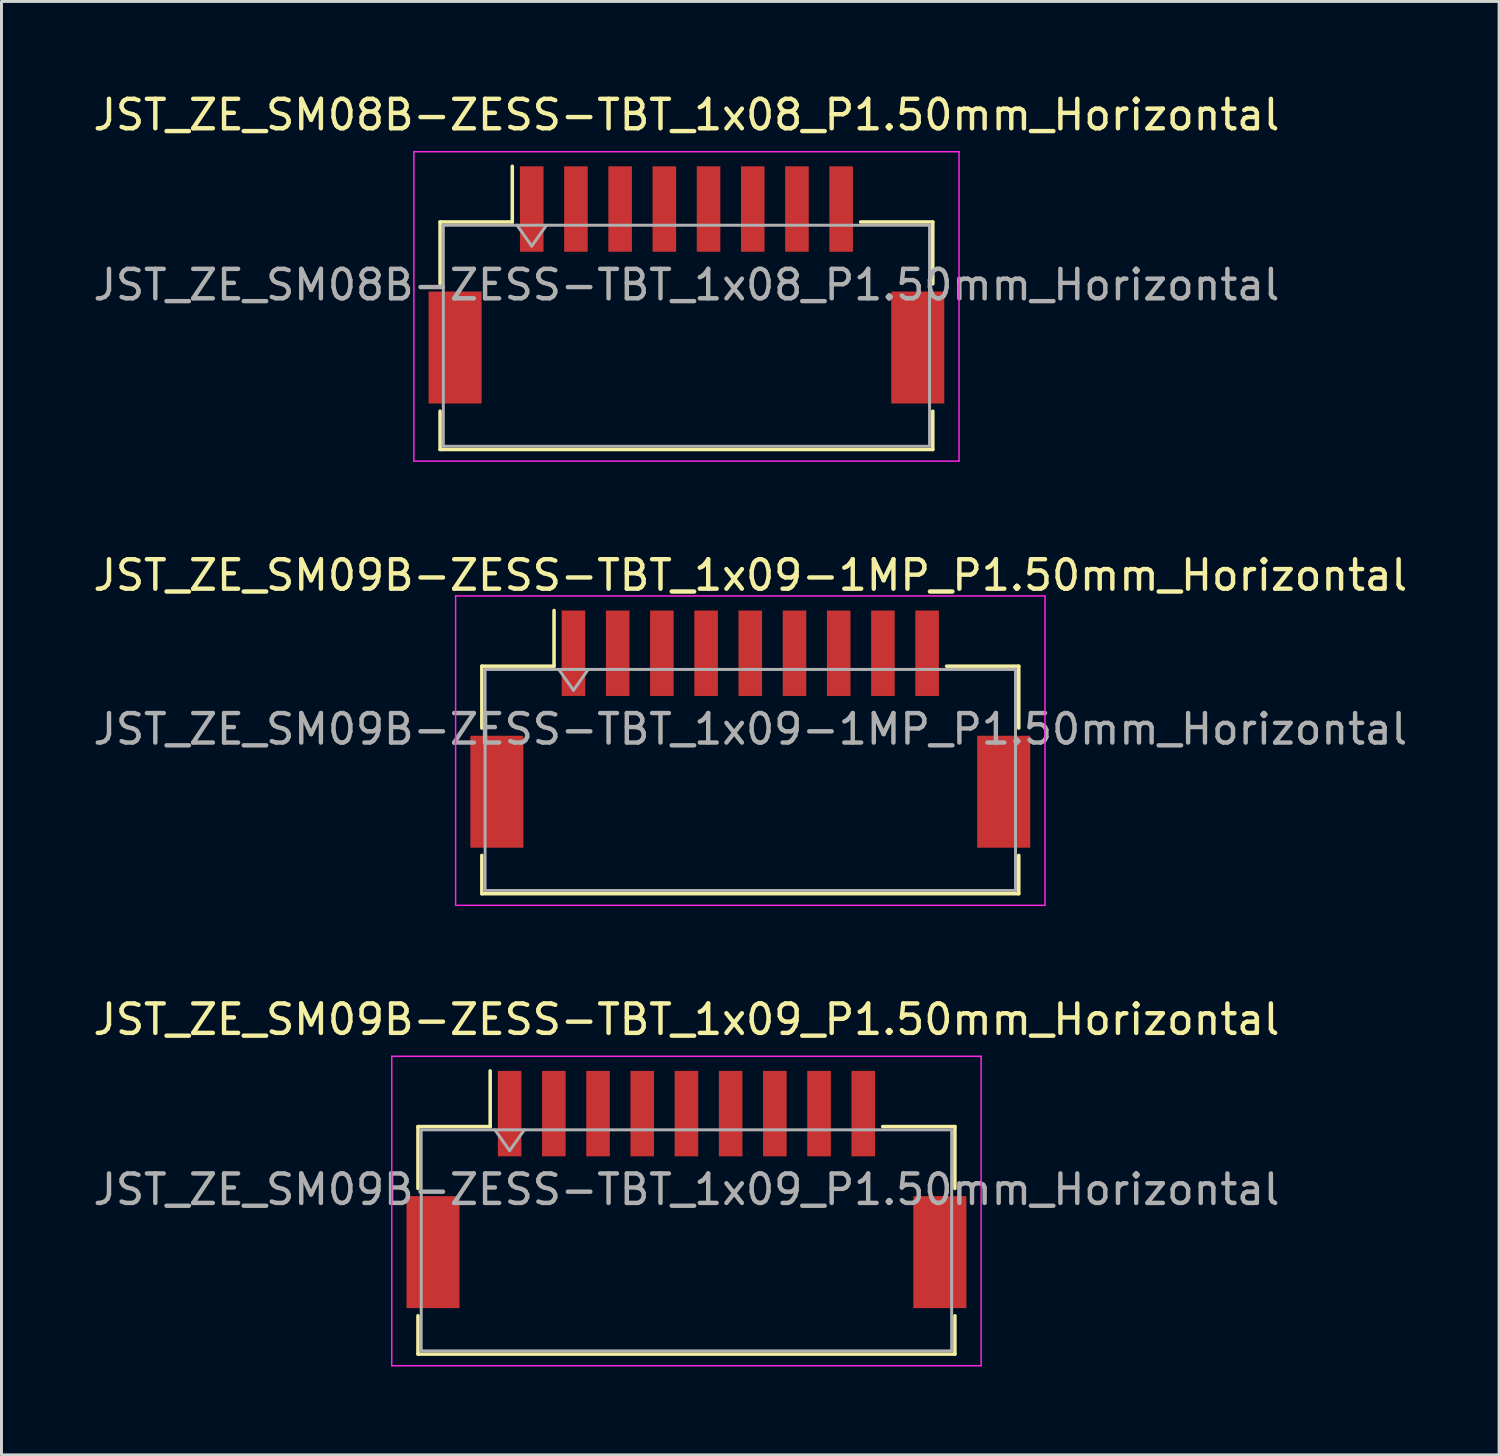
<source format=kicad_pcb>
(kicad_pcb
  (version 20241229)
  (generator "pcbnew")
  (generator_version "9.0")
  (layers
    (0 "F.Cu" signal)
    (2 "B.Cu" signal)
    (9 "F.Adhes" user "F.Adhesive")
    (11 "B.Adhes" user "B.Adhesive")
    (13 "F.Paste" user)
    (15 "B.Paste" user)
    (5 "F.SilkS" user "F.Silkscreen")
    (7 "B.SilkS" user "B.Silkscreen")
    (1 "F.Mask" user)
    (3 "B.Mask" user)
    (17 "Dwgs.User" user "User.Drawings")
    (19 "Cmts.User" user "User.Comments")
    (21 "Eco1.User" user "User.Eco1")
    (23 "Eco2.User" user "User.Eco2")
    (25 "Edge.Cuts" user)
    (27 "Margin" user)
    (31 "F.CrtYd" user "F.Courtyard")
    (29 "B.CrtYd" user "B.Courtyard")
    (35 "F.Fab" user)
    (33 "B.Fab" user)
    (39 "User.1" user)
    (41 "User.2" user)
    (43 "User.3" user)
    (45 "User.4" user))
  (footprint "JST_ZE_SM08B-ZESS-TBT_1x08_P1.50mm_Horizontal"
    (layer "F.Cu")
    (at 20.244 6.618)
    (property "Reference" "JST_ZE_SM08B-ZESS-TBT_1x08_P1.50mm_Horizontal" (at 0 -5.77 0) (layer "F.SilkS") (effects (font (size 1 1) (thickness 0.15))))
    (attr smd)
    (fp_line (start -8.36 -2.135) (end -5.91 -2.135) (stroke (width 0.12) (type solid)) (layer "F.SilkS"))
    (fp_line (start -8.36 -0.035) (end -8.36 -2.135) (stroke (width 0.12) (type solid)) (layer "F.SilkS"))
    (fp_line (start -8.36 4.285) (end -8.36 5.585) (stroke (width 0.12) (type solid)) (layer "F.SilkS"))
    (fp_line (start -8.36 5.585) (end 8.36 5.585) (stroke (width 0.12) (type solid)) (layer "F.SilkS"))
    (fp_line (start -5.91 -2.135) (end -5.91 -4.025) (stroke (width 0.12) (type solid)) (layer "F.SilkS"))
    (fp_line (start 8.36 -2.135) (end 5.91 -2.135) (stroke (width 0.12) (type solid)) (layer "F.SilkS"))
    (fp_line (start 8.36 -0.035) (end 8.36 -2.135) (stroke (width 0.12) (type solid)) (layer "F.SilkS"))
    (fp_line (start 8.36 5.585) (end 8.36 4.285) (stroke (width 0.12) (type solid)) (layer "F.SilkS"))
    (fp_line (start -9.25 -4.52) (end -9.25 5.98) (stroke (width 0.05) (type solid)) (layer "F.CrtYd"))
    (fp_line (start -9.25 5.98) (end 9.25 5.98) (stroke (width 0.05) (type solid)) (layer "F.CrtYd"))
    (fp_line (start 9.25 -4.52) (end -9.25 -4.52) (stroke (width 0.05) (type solid)) (layer "F.CrtYd"))
    (fp_line (start 9.25 5.98) (end 9.25 -4.52) (stroke (width 0.05) (type solid)) (layer "F.CrtYd"))
    (fp_line (start -8.25 -2.025) (end -8.25 5.475) (stroke (width 0.1) (type solid)) (layer "F.Fab"))
    (fp_line (start -8.25 -2.025) (end 8.25 -2.025) (stroke (width 0.1) (type solid)) (layer "F.Fab"))
    (fp_line (start -8.25 5.475) (end 8.25 5.475) (stroke (width 0.1) (type solid)) (layer "F.Fab"))
    (fp_line (start -5.75 -2.025) (end -5.25 -1.318) (stroke (width 0.1) (type solid)) (layer "F.Fab"))
    (fp_line (start -5.25 -1.318) (end -4.75 -2.025) (stroke (width 0.1) (type solid)) (layer "F.Fab"))
    (fp_line (start 8.25 -2.025) (end 8.25 5.475) (stroke (width 0.1) (type solid)) (layer "F.Fab"))
    (fp_text user "${REFERENCE}" (at 0 0 0) (layer "F.Fab") (effects (font (size 1 1) (thickness 0.15))))
    (pad "" smd rect (at -7.85 2.125) (size 1.8 3.8) (layers "F.Cu" "F.Mask" "F.Paste"))
    (pad "" smd rect (at 7.85 2.125) (size 1.8 3.8) (layers "F.Cu" "F.Mask" "F.Paste"))
    (pad "1" smd rect (at -5.25 -2.575) (size 0.8 2.9) (layers "F.Cu" "F.Mask" "F.Paste"))
    (pad "2" smd rect (at -3.75 -2.575) (size 0.8 2.9) (layers "F.Cu" "F.Mask" "F.Paste"))
    (pad "3" smd rect (at -2.25 -2.575) (size 0.8 2.9) (layers "F.Cu" "F.Mask" "F.Paste"))
    (pad "4" smd rect (at -0.75 -2.575) (size 0.8 2.9) (layers "F.Cu" "F.Mask" "F.Paste"))
    (pad "5" smd rect (at 0.75 -2.575) (size 0.8 2.9) (layers "F.Cu" "F.Mask" "F.Paste"))
    (pad "6" smd rect (at 2.25 -2.575) (size 0.8 2.9) (layers "F.Cu" "F.Mask" "F.Paste"))
    (pad "7" smd rect (at 3.75 -2.575) (size 0.8 2.9) (layers "F.Cu" "F.Mask" "F.Paste"))
    (pad "8" smd rect (at 5.25 -2.575) (size 0.8 2.9) (layers "F.Cu" "F.Mask" "F.Paste")))
  (footprint "JST_ZE_SM09B-ZESS-TBT_1x09-1MP_P1.50mm_Horizontal"
    (layer "F.Cu")
    (at 22.411 21.692)
    (property "Reference" "JST_ZE_SM09B-ZESS-TBT_1x09-1MP_P1.50mm_Horizontal" (at 0 -5.22 0) (layer "F.SilkS") (effects (font (size 1 1) (thickness 0.15))))
    (attr smd)
    (fp_line (start -9.11 -2.135) (end -6.66 -2.135) (stroke (width 0.12) (type solid)) (layer "F.SilkS"))
    (fp_line (start -9.11 -0.035) (end -9.11 -2.135) (stroke (width 0.12) (type solid)) (layer "F.SilkS"))
    (fp_line (start -9.11 4.285) (end -9.11 5.585) (stroke (width 0.12) (type solid)) (layer "F.SilkS"))
    (fp_line (start -9.11 5.585) (end 9.11 5.585) (stroke (width 0.12) (type solid)) (layer "F.SilkS"))
    (fp_line (start -6.66 -2.135) (end -6.66 -4.025) (stroke (width 0.12) (type solid)) (layer "F.SilkS"))
    (fp_line (start 9.11 -2.135) (end 6.66 -2.135) (stroke (width 0.12) (type solid)) (layer "F.SilkS"))
    (fp_line (start 9.11 -0.035) (end 9.11 -2.135) (stroke (width 0.12) (type solid)) (layer "F.SilkS"))
    (fp_line (start 9.11 5.585) (end 9.11 4.285) (stroke (width 0.12) (type solid)) (layer "F.SilkS"))
    (fp_line (start -10 -4.52) (end -10 5.98) (stroke (width 0.05) (type solid)) (layer "F.CrtYd"))
    (fp_line (start -10 5.98) (end 10 5.98) (stroke (width 0.05) (type solid)) (layer "F.CrtYd"))
    (fp_line (start 10 -4.52) (end -10 -4.52) (stroke (width 0.05) (type solid)) (layer "F.CrtYd"))
    (fp_line (start 10 5.98) (end 10 -4.52) (stroke (width 0.05) (type solid)) (layer "F.CrtYd"))
    (fp_line (start -9 -2.025) (end -9 5.475) (stroke (width 0.1) (type solid)) (layer "F.Fab"))
    (fp_line (start -9 -2.025) (end 9 -2.025) (stroke (width 0.1) (type solid)) (layer "F.Fab"))
    (fp_line (start -9 5.475) (end 9 5.475) (stroke (width 0.1) (type solid)) (layer "F.Fab"))
    (fp_line (start -6.5 -2.025) (end -6 -1.318) (stroke (width 0.1) (type solid)) (layer "F.Fab"))
    (fp_line (start -6 -1.318) (end -5.5 -2.025) (stroke (width 0.1) (type solid)) (layer "F.Fab"))
    (fp_line (start 9 -2.025) (end 9 5.475) (stroke (width 0.1) (type solid)) (layer "F.Fab"))
    (fp_text user "${REFERENCE}" (at 0 0 0) (layer "F.Fab") (effects (font (size 1 1) (thickness 0.15))))
    (pad "1" smd rect (at -6 -2.575) (size 0.8 2.9) (layers "F.Cu" "F.Mask" "F.Paste"))
    (pad "2" smd rect (at -4.5 -2.575) (size 0.8 2.9) (layers "F.Cu" "F.Mask" "F.Paste"))
    (pad "3" smd rect (at -3 -2.575) (size 0.8 2.9) (layers "F.Cu" "F.Mask" "F.Paste"))
    (pad "4" smd rect (at -1.5 -2.575) (size 0.8 2.9) (layers "F.Cu" "F.Mask" "F.Paste"))
    (pad "5" smd rect (at 0 -2.575) (size 0.8 2.9) (layers "F.Cu" "F.Mask" "F.Paste"))
    (pad "6" smd rect (at 1.5 -2.575) (size 0.8 2.9) (layers "F.Cu" "F.Mask" "F.Paste"))
    (pad "7" smd rect (at 3 -2.575) (size 0.8 2.9) (layers "F.Cu" "F.Mask" "F.Paste"))
    (pad "8" smd rect (at 4.5 -2.575) (size 0.8 2.9) (layers "F.Cu" "F.Mask" "F.Paste"))
    (pad "9" smd rect (at 6 -2.575) (size 0.8 2.9) (layers "F.Cu" "F.Mask" "F.Paste"))
    (pad "MP" smd rect (at -8.6 2.125) (size 1.8 3.8) (layers "F.Cu" "F.Mask" "F.Paste"))
    (pad "MP" smd rect (at 8.6 2.125) (size 1.8 3.8) (layers "F.Cu" "F.Mask" "F.Paste")))
  (footprint "JST_ZE_SM09B-ZESS-TBT_1x09_P1.50mm_Horizontal"
    (layer "F.Cu")
    (at 20.244 37.315)
    (property "Reference" "JST_ZE_SM09B-ZESS-TBT_1x09_P1.50mm_Horizontal" (at 0 -5.77 0) (layer "F.SilkS") (effects (font (size 1 1) (thickness 0.15))))
    (attr smd)
    (fp_line (start -9.11 -2.135) (end -6.66 -2.135) (stroke (width 0.12) (type solid)) (layer "F.SilkS"))
    (fp_line (start -9.11 -0.035) (end -9.11 -2.135) (stroke (width 0.12) (type solid)) (layer "F.SilkS"))
    (fp_line (start -9.11 4.285) (end -9.11 5.585) (stroke (width 0.12) (type solid)) (layer "F.SilkS"))
    (fp_line (start -9.11 5.585) (end 9.11 5.585) (stroke (width 0.12) (type solid)) (layer "F.SilkS"))
    (fp_line (start -6.66 -2.135) (end -6.66 -4.025) (stroke (width 0.12) (type solid)) (layer "F.SilkS"))
    (fp_line (start 9.11 -2.135) (end 6.66 -2.135) (stroke (width 0.12) (type solid)) (layer "F.SilkS"))
    (fp_line (start 9.11 -0.035) (end 9.11 -2.135) (stroke (width 0.12) (type solid)) (layer "F.SilkS"))
    (fp_line (start 9.11 5.585) (end 9.11 4.285) (stroke (width 0.12) (type solid)) (layer "F.SilkS"))
    (fp_line (start -10 -4.52) (end -10 5.98) (stroke (width 0.05) (type solid)) (layer "F.CrtYd"))
    (fp_line (start -10 5.98) (end 10 5.98) (stroke (width 0.05) (type solid)) (layer "F.CrtYd"))
    (fp_line (start 10 -4.52) (end -10 -4.52) (stroke (width 0.05) (type solid)) (layer "F.CrtYd"))
    (fp_line (start 10 5.98) (end 10 -4.52) (stroke (width 0.05) (type solid)) (layer "F.CrtYd"))
    (fp_line (start -9 -2.025) (end -9 5.475) (stroke (width 0.1) (type solid)) (layer "F.Fab"))
    (fp_line (start -9 -2.025) (end 9 -2.025) (stroke (width 0.1) (type solid)) (layer "F.Fab"))
    (fp_line (start -9 5.475) (end 9 5.475) (stroke (width 0.1) (type solid)) (layer "F.Fab"))
    (fp_line (start -6.5 -2.025) (end -6 -1.318) (stroke (width 0.1) (type solid)) (layer "F.Fab"))
    (fp_line (start -6 -1.318) (end -5.5 -2.025) (stroke (width 0.1) (type solid)) (layer "F.Fab"))
    (fp_line (start 9 -2.025) (end 9 5.475) (stroke (width 0.1) (type solid)) (layer "F.Fab"))
    (fp_text user "${REFERENCE}" (at 0 0 0) (layer "F.Fab") (effects (font (size 1 1) (thickness 0.15))))
    (pad "" smd rect (at -8.6 2.125) (size 1.8 3.8) (layers "F.Cu" "F.Mask" "F.Paste"))
    (pad "" smd rect (at 8.6 2.125) (size 1.8 3.8) (layers "F.Cu" "F.Mask" "F.Paste"))
    (pad "1" smd rect (at -6 -2.575) (size 0.8 2.9) (layers "F.Cu" "F.Mask" "F.Paste"))
    (pad "2" smd rect (at -4.5 -2.575) (size 0.8 2.9) (layers "F.Cu" "F.Mask" "F.Paste"))
    (pad "3" smd rect (at -3 -2.575) (size 0.8 2.9) (layers "F.Cu" "F.Mask" "F.Paste"))
    (pad "4" smd rect (at -1.5 -2.575) (size 0.8 2.9) (layers "F.Cu" "F.Mask" "F.Paste"))
    (pad "5" smd rect (at 0 -2.575) (size 0.8 2.9) (layers "F.Cu" "F.Mask" "F.Paste"))
    (pad "6" smd rect (at 1.5 -2.575) (size 0.8 2.9) (layers "F.Cu" "F.Mask" "F.Paste"))
    (pad "7" smd rect (at 3 -2.575) (size 0.8 2.9) (layers "F.Cu" "F.Mask" "F.Paste"))
    (pad "8" smd rect (at 4.5 -2.575) (size 0.8 2.9) (layers "F.Cu" "F.Mask" "F.Paste"))
    (pad "9" smd rect (at 6 -2.575) (size 0.8 2.9) (layers "F.Cu" "F.Mask" "F.Paste")))
  (gr_rect
    (start -3 -3)
    (end 47.821 46.32)
    (stroke (width 0.1) (type default))
    (fill no)
    (layer "Edge.Cuts")))
</source>
